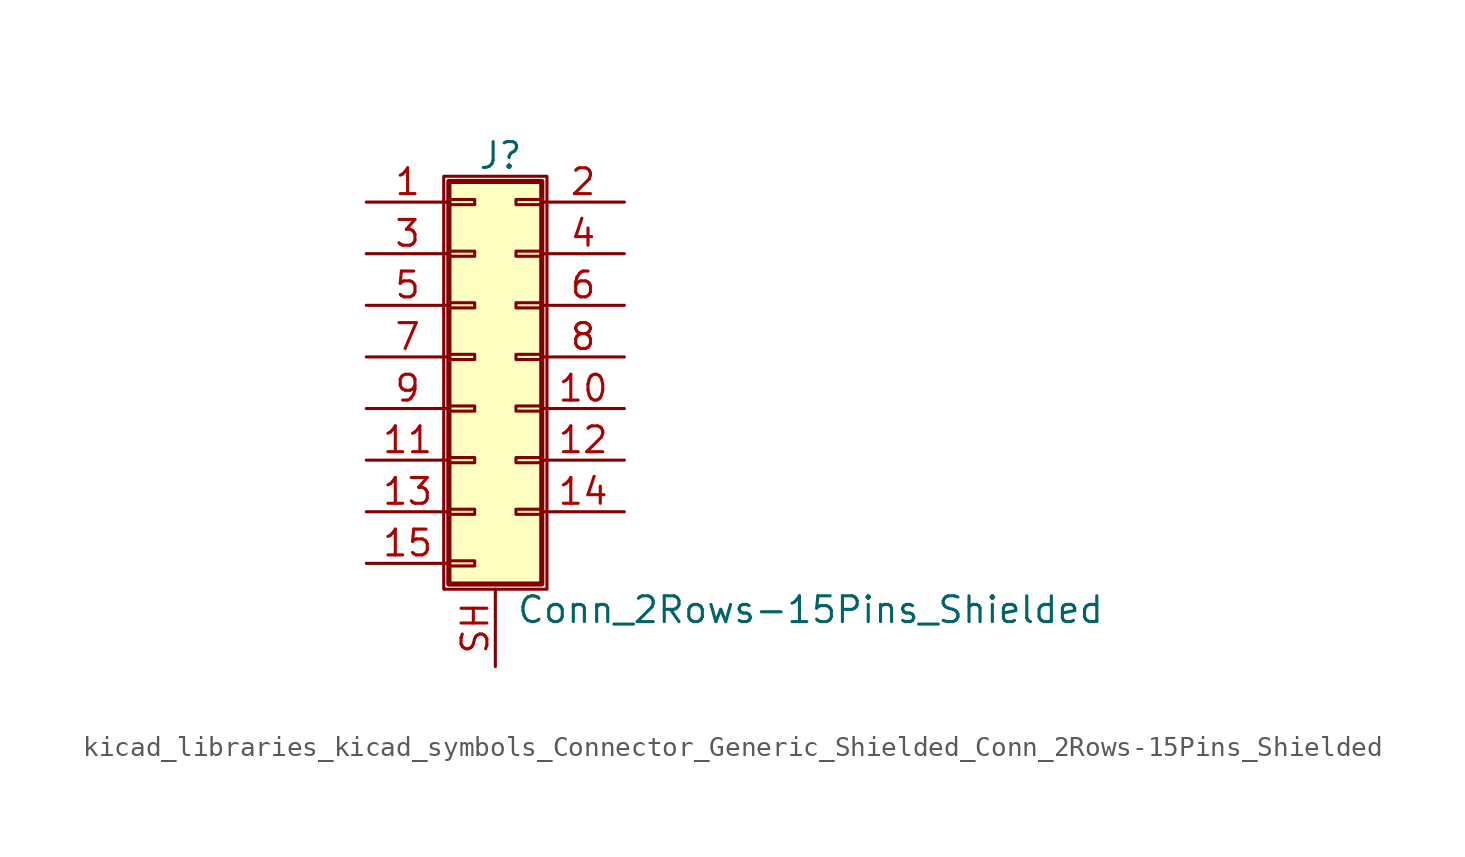
<source format=kicad_sym>
(kicad_symbol_lib
  (version 20220914)
  (generator kicad_symbol_editor)
  (symbol "kicad_libraries_kicad_symbols_Connector_Generic_Shielded_Conn_2Rows-15Pins_Shielded"
    (pin_names
      (offset 1.016) hide)
    (property "Reference" "J"
      (at 1.524 9.906 0)
      (effects (font (size 1.27 1.27))))
    (property "Value" "Conn_2Rows-15Pins_Shielded"
      (at 2.286 -12.446 0)
      (effects (font (size 1.27 1.27)) (justify left)))
    (symbol "kicad_libraries_kicad_symbols_Connector_Generic_Shielded_Conn_2Rows-15Pins_Shielded_1_1"
      (rectangle (start -1.27 8.89) (end 3.81 -11.43) (stroke (width 0.152) (type default)) (fill (type none)))
      (rectangle (start -1.016 -10.033) (end 0.254 -10.287) (stroke (width 0.152) (type default)) (fill (type none)))
      (rectangle (start -1.016 -7.493) (end 0.254 -7.747) (stroke (width 0.152) (type default)) (fill (type none)))
      (rectangle (start -1.016 -4.953) (end 0.254 -5.207) (stroke (width 0.152) (type default)) (fill (type none)))
      (rectangle (start -1.016 -2.413) (end 0.254 -2.667) (stroke (width 0.152) (type default)) (fill (type none)))
      (rectangle (start -1.016 0.127) (end 0.254 -0.127) (stroke (width 0.152) (type default)) (fill (type none)))
      (rectangle (start -1.016 2.667) (end 0.254 2.413) (stroke (width 0.152) (type default)) (fill (type none)))
      (rectangle (start -1.016 5.207) (end 0.254 4.953) (stroke (width 0.152) (type default)) (fill (type none)))
      (rectangle (start -1.016 7.747) (end 0.254 7.493) (stroke (width 0.152) (type default)) (fill (type none)))
      (rectangle (start -1.016 8.636) (end 3.556 -11.176) (stroke (width 0.254) (type default)) (fill (type background)))
      (rectangle (start 3.556 -7.493) (end 2.286 -7.747) (stroke (width 0.152) (type default)) (fill (type none)))
      (rectangle (start 3.556 -4.953) (end 2.286 -5.207) (stroke (width 0.152) (type default)) (fill (type none)))
      (rectangle (start 3.556 -2.413) (end 2.286 -2.667) (stroke (width 0.152) (type default)) (fill (type none)))
      (rectangle (start 3.556 0.127) (end 2.286 -0.127) (stroke (width 0.152) (type default)) (fill (type none)))
      (rectangle (start 3.556 2.667) (end 2.286 2.413) (stroke (width 0.152) (type default)) (fill (type none)))
      (rectangle (start 3.556 5.207) (end 2.286 4.953) (stroke (width 0.152) (type default)) (fill (type none)))
      (rectangle (start 3.556 7.747) (end 2.286 7.493) (stroke (width 0.152) (type default)) (fill (type none)))
      (pin passive line (at -5.08 7.62 0) (length 4.064) (name "Pin_1" (effects (font (size 1.27 1.27)))) (number "1" (effects (font (size 1.27 1.27)))))
      (pin passive line (at 7.62 -2.54 180) (length 4.064) (name "Pin_10" (effects (font (size 1.27 1.27)))) (number "10" (effects (font (size 1.27 1.27)))))
      (pin passive line (at -5.08 -5.08 0) (length 4.064) (name "Pin_11" (effects (font (size 1.27 1.27)))) (number "11" (effects (font (size 1.27 1.27)))))
      (pin passive line (at 7.62 -5.08 180) (length 4.064) (name "Pin_12" (effects (font (size 1.27 1.27)))) (number "12" (effects (font (size 1.27 1.27)))))
      (pin passive line (at -5.08 -7.62 0) (length 4.064) (name "Pin_13" (effects (font (size 1.27 1.27)))) (number "13" (effects (font (size 1.27 1.27)))))
      (pin passive line (at 7.62 -7.62 180) (length 4.064) (name "Pin_14" (effects (font (size 1.27 1.27)))) (number "14" (effects (font (size 1.27 1.27)))))
      (pin passive line (at -5.08 -10.16 0) (length 4.064) (name "Pin_15" (effects (font (size 1.27 1.27)))) (number "15" (effects (font (size 1.27 1.27)))))
      (pin passive line (at 7.62 7.62 180) (length 4.064) (name "Pin_2" (effects (font (size 1.27 1.27)))) (number "2" (effects (font (size 1.27 1.27)))))
      (pin passive line (at -5.08 5.08 0) (length 4.064) (name "Pin_3" (effects (font (size 1.27 1.27)))) (number "3" (effects (font (size 1.27 1.27)))))
      (pin passive line (at 7.62 5.08 180) (length 4.064) (name "Pin_4" (effects (font (size 1.27 1.27)))) (number "4" (effects (font (size 1.27 1.27)))))
      (pin passive line (at -5.08 2.54 0) (length 4.064) (name "Pin_5" (effects (font (size 1.27 1.27)))) (number "5" (effects (font (size 1.27 1.27)))))
      (pin passive line (at 7.62 2.54 180) (length 4.064) (name "Pin_6" (effects (font (size 1.27 1.27)))) (number "6" (effects (font (size 1.27 1.27)))))
      (pin passive line (at -5.08 0 0) (length 4.064) (name "Pin_7" (effects (font (size 1.27 1.27)))) (number "7" (effects (font (size 1.27 1.27)))))
      (pin passive line (at 7.62 0 180) (length 4.064) (name "Pin_8" (effects (font (size 1.27 1.27)))) (number "8" (effects (font (size 1.27 1.27)))))
      (pin passive line (at -5.08 -2.54 0) (length 4.064) (name "Pin_9" (effects (font (size 1.27 1.27)))) (number "9" (effects (font (size 1.27 1.27)))))
      (pin passive line (at 1.27 -15.24 90) (length 3.81) (name "Shield" (effects (font (size 1.27 1.27)))) (number "SH" (effects (font (size 1.27 1.27))))))))
</source>
